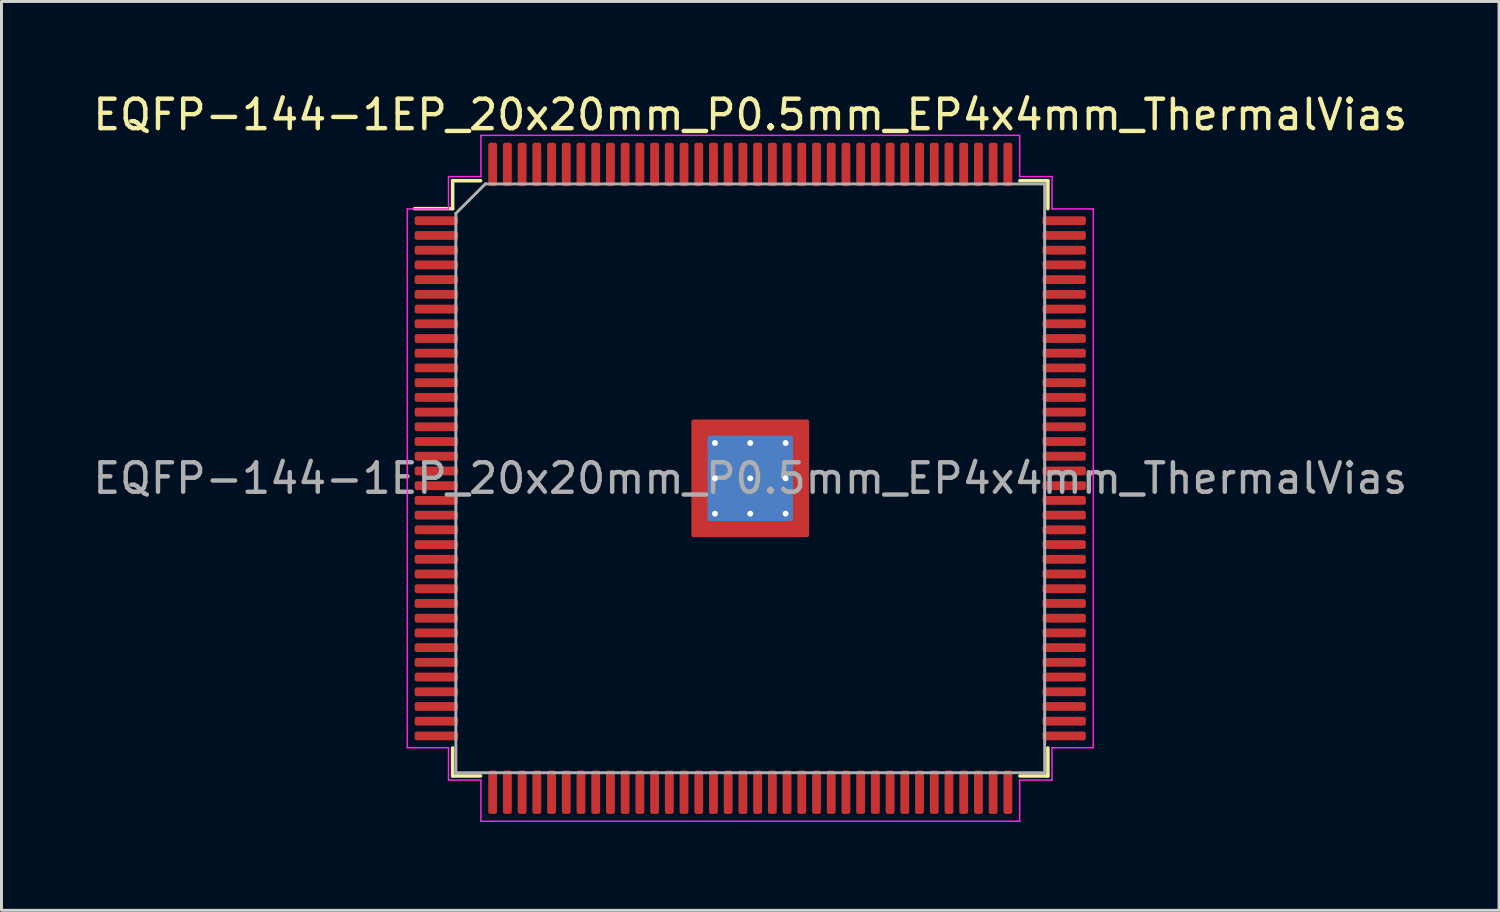
<source format=kicad_pcb>
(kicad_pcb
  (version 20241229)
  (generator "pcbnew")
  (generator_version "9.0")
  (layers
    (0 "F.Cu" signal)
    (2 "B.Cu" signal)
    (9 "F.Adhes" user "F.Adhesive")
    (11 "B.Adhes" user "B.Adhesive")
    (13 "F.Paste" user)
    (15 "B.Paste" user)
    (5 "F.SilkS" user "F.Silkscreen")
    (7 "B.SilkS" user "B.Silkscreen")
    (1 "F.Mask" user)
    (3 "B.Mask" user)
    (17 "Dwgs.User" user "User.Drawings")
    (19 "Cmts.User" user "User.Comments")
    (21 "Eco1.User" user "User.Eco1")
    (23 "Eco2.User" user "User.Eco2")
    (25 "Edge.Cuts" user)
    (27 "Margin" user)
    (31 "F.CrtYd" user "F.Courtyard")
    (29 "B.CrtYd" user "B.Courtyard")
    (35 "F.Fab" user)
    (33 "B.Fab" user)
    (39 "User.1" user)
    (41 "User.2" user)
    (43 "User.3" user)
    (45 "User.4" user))
  (footprint "EQFP-144-1EP_20x20mm_P0.5mm_EP4x4mm_ThermalVias"
    (layer "F.Cu")
    (at 22.435 13.198)
    (property "Reference" "EQFP-144-1EP_20x20mm_P0.5mm_EP4x4mm_ThermalVias" (at 0 -12.35 0) (layer "F.SilkS") (effects (font (size 1 1) (thickness 0.15))))
    (attr smd)
    (fp_line (start -10.11 -10.11) (end -10.11 -9.16) (stroke (width 0.12) (type solid)) (layer "F.SilkS"))
    (fp_line (start -10.11 -9.16) (end -11.4 -9.16) (stroke (width 0.12) (type solid)) (layer "F.SilkS"))
    (fp_line (start -10.11 10.11) (end -10.11 9.16) (stroke (width 0.12) (type solid)) (layer "F.SilkS"))
    (fp_line (start -9.16 -10.11) (end -10.11 -10.11) (stroke (width 0.12) (type solid)) (layer "F.SilkS"))
    (fp_line (start -9.16 10.11) (end -10.11 10.11) (stroke (width 0.12) (type solid)) (layer "F.SilkS"))
    (fp_line (start 9.16 -10.11) (end 10.11 -10.11) (stroke (width 0.12) (type solid)) (layer "F.SilkS"))
    (fp_line (start 9.16 10.11) (end 10.11 10.11) (stroke (width 0.12) (type solid)) (layer "F.SilkS"))
    (fp_line (start 10.11 -10.11) (end 10.11 -9.16) (stroke (width 0.12) (type solid)) (layer "F.SilkS"))
    (fp_line (start 10.11 10.11) (end 10.11 9.16) (stroke (width 0.12) (type solid)) (layer "F.SilkS"))
    (fp_line (start -11.65 -9.15) (end -11.65 0) (stroke (width 0.05) (type solid)) (layer "F.CrtYd"))
    (fp_line (start -11.65 9.15) (end -11.65 0) (stroke (width 0.05) (type solid)) (layer "F.CrtYd"))
    (fp_line (start -10.25 -10.25) (end -10.25 -9.15) (stroke (width 0.05) (type solid)) (layer "F.CrtYd"))
    (fp_line (start -10.25 -9.15) (end -11.65 -9.15) (stroke (width 0.05) (type solid)) (layer "F.CrtYd"))
    (fp_line (start -10.25 9.15) (end -11.65 9.15) (stroke (width 0.05) (type solid)) (layer "F.CrtYd"))
    (fp_line (start -10.25 10.25) (end -10.25 9.15) (stroke (width 0.05) (type solid)) (layer "F.CrtYd"))
    (fp_line (start -9.15 -11.65) (end -9.15 -10.25) (stroke (width 0.05) (type solid)) (layer "F.CrtYd"))
    (fp_line (start -9.15 -10.25) (end -10.25 -10.25) (stroke (width 0.05) (type solid)) (layer "F.CrtYd"))
    (fp_line (start -9.15 10.25) (end -10.25 10.25) (stroke (width 0.05) (type solid)) (layer "F.CrtYd"))
    (fp_line (start -9.15 11.65) (end -9.15 10.25) (stroke (width 0.05) (type solid)) (layer "F.CrtYd"))
    (fp_line (start 0 -11.65) (end -9.15 -11.65) (stroke (width 0.05) (type solid)) (layer "F.CrtYd"))
    (fp_line (start 0 -11.65) (end 9.15 -11.65) (stroke (width 0.05) (type solid)) (layer "F.CrtYd"))
    (fp_line (start 0 11.65) (end -9.15 11.65) (stroke (width 0.05) (type solid)) (layer "F.CrtYd"))
    (fp_line (start 0 11.65) (end 9.15 11.65) (stroke (width 0.05) (type solid)) (layer "F.CrtYd"))
    (fp_line (start 9.15 -11.65) (end 9.15 -10.25) (stroke (width 0.05) (type solid)) (layer "F.CrtYd"))
    (fp_line (start 9.15 -10.25) (end 10.25 -10.25) (stroke (width 0.05) (type solid)) (layer "F.CrtYd"))
    (fp_line (start 9.15 10.25) (end 10.25 10.25) (stroke (width 0.05) (type solid)) (layer "F.CrtYd"))
    (fp_line (start 9.15 11.65) (end 9.15 10.25) (stroke (width 0.05) (type solid)) (layer "F.CrtYd"))
    (fp_line (start 10.25 -10.25) (end 10.25 -9.15) (stroke (width 0.05) (type solid)) (layer "F.CrtYd"))
    (fp_line (start 10.25 -9.15) (end 11.65 -9.15) (stroke (width 0.05) (type solid)) (layer "F.CrtYd"))
    (fp_line (start 10.25 9.15) (end 11.65 9.15) (stroke (width 0.05) (type solid)) (layer "F.CrtYd"))
    (fp_line (start 10.25 10.25) (end 10.25 9.15) (stroke (width 0.05) (type solid)) (layer "F.CrtYd"))
    (fp_line (start 11.65 -9.15) (end 11.65 0) (stroke (width 0.05) (type solid)) (layer "F.CrtYd"))
    (fp_line (start 11.65 9.15) (end 11.65 0) (stroke (width 0.05) (type solid)) (layer "F.CrtYd"))
    (fp_line (start -10 -9) (end -9 -10) (stroke (width 0.1) (type solid)) (layer "F.Fab"))
    (fp_line (start -10 10) (end -10 -9) (stroke (width 0.1) (type solid)) (layer "F.Fab"))
    (fp_line (start -9 -10) (end 10 -10) (stroke (width 0.1) (type solid)) (layer "F.Fab"))
    (fp_line (start 10 -10) (end 10 10) (stroke (width 0.1) (type solid)) (layer "F.Fab"))
    (fp_line (start 10 10) (end -10 10) (stroke (width 0.1) (type solid)) (layer "F.Fab"))
    (fp_text user "${REFERENCE}" (at 0 0 0) (layer "F.Fab") (effects (font (size 1 1) (thickness 0.15))))
    (pad "" smd custom (at -1.6 -1.6) (size 0.555 0.555) (layers "F.Paste") (options (anchor circle)) (primitives (gr_poly (pts (xy -0.232 -0.232) (xy 0.232 -0.232) (xy 0.232 0.157) (xy 0.157 0.232) (xy -0.232 0.232)) (width 0.181) (fill yes))))
    (pad "" smd roundrect (at -1.6 -0.6) (size 0.645 0.967) (layers "F.Paste") (roundrect_rratio 0.25))
    (pad "" smd roundrect (at -1.6 0.6) (size 0.645 0.967) (layers "F.Paste") (roundrect_rratio 0.25))
    (pad "" smd custom (at -1.6 1.6) (size 0.555 0.555) (layers "F.Paste") (options (anchor circle)) (primitives (gr_poly (pts (xy -0.232 -0.232) (xy 0.157 -0.232) (xy 0.232 -0.157) (xy 0.232 0.232) (xy -0.232 0.232)) (width 0.181) (fill yes))))
    (pad "" smd roundrect (at -0.6 -1.6) (size 0.967 0.645) (layers "F.Paste") (roundrect_rratio 0.25))
    (pad "" smd roundrect (at -0.6 -0.6) (size 0.967 0.967) (layers "F.Paste") (roundrect_rratio 0.25))
    (pad "" smd roundrect (at -0.6 0.6) (size 0.967 0.967) (layers "F.Paste") (roundrect_rratio 0.25))
    (pad "" smd roundrect (at -0.6 1.6) (size 0.967 0.645) (layers "F.Paste") (roundrect_rratio 0.25))
    (pad "" smd roundrect (at 0.6 -1.6) (size 0.967 0.645) (layers "F.Paste") (roundrect_rratio 0.25))
    (pad "" smd roundrect (at 0.6 -0.6) (size 0.967 0.967) (layers "F.Paste") (roundrect_rratio 0.25))
    (pad "" smd roundrect (at 0.6 0.6) (size 0.967 0.967) (layers "F.Paste") (roundrect_rratio 0.25))
    (pad "" smd roundrect (at 0.6 1.6) (size 0.967 0.645) (layers "F.Paste") (roundrect_rratio 0.25))
    (pad "" smd custom (at 1.6 -1.6) (size 0.555 0.555) (layers "F.Paste") (options (anchor circle)) (primitives (gr_poly (pts (xy -0.232 -0.232) (xy 0.232 -0.232) (xy 0.232 0.232) (xy -0.157 0.232) (xy -0.232 0.157)) (width 0.181) (fill yes))))
    (pad "" smd roundrect (at 1.6 -0.6) (size 0.645 0.967) (layers "F.Paste") (roundrect_rratio 0.25))
    (pad "" smd roundrect (at 1.6 0.6) (size 0.645 0.967) (layers "F.Paste") (roundrect_rratio 0.25))
    (pad "" smd custom (at 1.6 1.6) (size 0.555 0.555) (layers "F.Paste") (options (anchor circle)) (primitives (gr_poly (pts (xy -0.232 -0.157) (xy -0.157 -0.232) (xy 0.232 -0.232) (xy 0.232 0.232) (xy -0.232 0.232)) (width 0.181) (fill yes))))
    (pad "1" smd roundrect (at -10.662 -8.75) (size 1.475 0.3) (layers "F.Cu" "F.Mask" "F.Paste") (roundrect_rratio 0.25))
    (pad "2" smd roundrect (at -10.662 -8.25) (size 1.475 0.3) (layers "F.Cu" "F.Mask" "F.Paste") (roundrect_rratio 0.25))
    (pad "3" smd roundrect (at -10.662 -7.75) (size 1.475 0.3) (layers "F.Cu" "F.Mask" "F.Paste") (roundrect_rratio 0.25))
    (pad "4" smd roundrect (at -10.662 -7.25) (size 1.475 0.3) (layers "F.Cu" "F.Mask" "F.Paste") (roundrect_rratio 0.25))
    (pad "5" smd roundrect (at -10.662 -6.75) (size 1.475 0.3) (layers "F.Cu" "F.Mask" "F.Paste") (roundrect_rratio 0.25))
    (pad "6" smd roundrect (at -10.662 -6.25) (size 1.475 0.3) (layers "F.Cu" "F.Mask" "F.Paste") (roundrect_rratio 0.25))
    (pad "7" smd roundrect (at -10.662 -5.75) (size 1.475 0.3) (layers "F.Cu" "F.Mask" "F.Paste") (roundrect_rratio 0.25))
    (pad "8" smd roundrect (at -10.662 -5.25) (size 1.475 0.3) (layers "F.Cu" "F.Mask" "F.Paste") (roundrect_rratio 0.25))
    (pad "9" smd roundrect (at -10.662 -4.75) (size 1.475 0.3) (layers "F.Cu" "F.Mask" "F.Paste") (roundrect_rratio 0.25))
    (pad "10" smd roundrect (at -10.662 -4.25) (size 1.475 0.3) (layers "F.Cu" "F.Mask" "F.Paste") (roundrect_rratio 0.25))
    (pad "11" smd roundrect (at -10.662 -3.75) (size 1.475 0.3) (layers "F.Cu" "F.Mask" "F.Paste") (roundrect_rratio 0.25))
    (pad "12" smd roundrect (at -10.662 -3.25) (size 1.475 0.3) (layers "F.Cu" "F.Mask" "F.Paste") (roundrect_rratio 0.25))
    (pad "13" smd roundrect (at -10.662 -2.75) (size 1.475 0.3) (layers "F.Cu" "F.Mask" "F.Paste") (roundrect_rratio 0.25))
    (pad "14" smd roundrect (at -10.662 -2.25) (size 1.475 0.3) (layers "F.Cu" "F.Mask" "F.Paste") (roundrect_rratio 0.25))
    (pad "15" smd roundrect (at -10.662 -1.75) (size 1.475 0.3) (layers "F.Cu" "F.Mask" "F.Paste") (roundrect_rratio 0.25))
    (pad "16" smd roundrect (at -10.662 -1.25) (size 1.475 0.3) (layers "F.Cu" "F.Mask" "F.Paste") (roundrect_rratio 0.25))
    (pad "17" smd roundrect (at -10.662 -0.75) (size 1.475 0.3) (layers "F.Cu" "F.Mask" "F.Paste") (roundrect_rratio 0.25))
    (pad "18" smd roundrect (at -10.662 -0.25) (size 1.475 0.3) (layers "F.Cu" "F.Mask" "F.Paste") (roundrect_rratio 0.25))
    (pad "19" smd roundrect (at -10.662 0.25) (size 1.475 0.3) (layers "F.Cu" "F.Mask" "F.Paste") (roundrect_rratio 0.25))
    (pad "20" smd roundrect (at -10.662 0.75) (size 1.475 0.3) (layers "F.Cu" "F.Mask" "F.Paste") (roundrect_rratio 0.25))
    (pad "21" smd roundrect (at -10.662 1.25) (size 1.475 0.3) (layers "F.Cu" "F.Mask" "F.Paste") (roundrect_rratio 0.25))
    (pad "22" smd roundrect (at -10.662 1.75) (size 1.475 0.3) (layers "F.Cu" "F.Mask" "F.Paste") (roundrect_rratio 0.25))
    (pad "23" smd roundrect (at -10.662 2.25) (size 1.475 0.3) (layers "F.Cu" "F.Mask" "F.Paste") (roundrect_rratio 0.25))
    (pad "24" smd roundrect (at -10.662 2.75) (size 1.475 0.3) (layers "F.Cu" "F.Mask" "F.Paste") (roundrect_rratio 0.25))
    (pad "25" smd roundrect (at -10.662 3.25) (size 1.475 0.3) (layers "F.Cu" "F.Mask" "F.Paste") (roundrect_rratio 0.25))
    (pad "26" smd roundrect (at -10.662 3.75) (size 1.475 0.3) (layers "F.Cu" "F.Mask" "F.Paste") (roundrect_rratio 0.25))
    (pad "27" smd roundrect (at -10.662 4.25) (size 1.475 0.3) (layers "F.Cu" "F.Mask" "F.Paste") (roundrect_rratio 0.25))
    (pad "28" smd roundrect (at -10.662 4.75) (size 1.475 0.3) (layers "F.Cu" "F.Mask" "F.Paste") (roundrect_rratio 0.25))
    (pad "29" smd roundrect (at -10.662 5.25) (size 1.475 0.3) (layers "F.Cu" "F.Mask" "F.Paste") (roundrect_rratio 0.25))
    (pad "30" smd roundrect (at -10.662 5.75) (size 1.475 0.3) (layers "F.Cu" "F.Mask" "F.Paste") (roundrect_rratio 0.25))
    (pad "31" smd roundrect (at -10.662 6.25) (size 1.475 0.3) (layers "F.Cu" "F.Mask" "F.Paste") (roundrect_rratio 0.25))
    (pad "32" smd roundrect (at -10.662 6.75) (size 1.475 0.3) (layers "F.Cu" "F.Mask" "F.Paste") (roundrect_rratio 0.25))
    (pad "33" smd roundrect (at -10.662 7.25) (size 1.475 0.3) (layers "F.Cu" "F.Mask" "F.Paste") (roundrect_rratio 0.25))
    (pad "34" smd roundrect (at -10.662 7.75) (size 1.475 0.3) (layers "F.Cu" "F.Mask" "F.Paste") (roundrect_rratio 0.25))
    (pad "35" smd roundrect (at -10.662 8.25) (size 1.475 0.3) (layers "F.Cu" "F.Mask" "F.Paste") (roundrect_rratio 0.25))
    (pad "36" smd roundrect (at -10.662 8.75) (size 1.475 0.3) (layers "F.Cu" "F.Mask" "F.Paste") (roundrect_rratio 0.25))
    (pad "37" smd roundrect (at -8.75 10.662) (size 0.3 1.475) (layers "F.Cu" "F.Mask" "F.Paste") (roundrect_rratio 0.25))
    (pad "38" smd roundrect (at -8.25 10.662) (size 0.3 1.475) (layers "F.Cu" "F.Mask" "F.Paste") (roundrect_rratio 0.25))
    (pad "39" smd roundrect (at -7.75 10.662) (size 0.3 1.475) (layers "F.Cu" "F.Mask" "F.Paste") (roundrect_rratio 0.25))
    (pad "40" smd roundrect (at -7.25 10.662) (size 0.3 1.475) (layers "F.Cu" "F.Mask" "F.Paste") (roundrect_rratio 0.25))
    (pad "41" smd roundrect (at -6.75 10.662) (size 0.3 1.475) (layers "F.Cu" "F.Mask" "F.Paste") (roundrect_rratio 0.25))
    (pad "42" smd roundrect (at -6.25 10.662) (size 0.3 1.475) (layers "F.Cu" "F.Mask" "F.Paste") (roundrect_rratio 0.25))
    (pad "43" smd roundrect (at -5.75 10.662) (size 0.3 1.475) (layers "F.Cu" "F.Mask" "F.Paste") (roundrect_rratio 0.25))
    (pad "44" smd roundrect (at -5.25 10.662) (size 0.3 1.475) (layers "F.Cu" "F.Mask" "F.Paste") (roundrect_rratio 0.25))
    (pad "45" smd roundrect (at -4.75 10.662) (size 0.3 1.475) (layers "F.Cu" "F.Mask" "F.Paste") (roundrect_rratio 0.25))
    (pad "46" smd roundrect (at -4.25 10.662) (size 0.3 1.475) (layers "F.Cu" "F.Mask" "F.Paste") (roundrect_rratio 0.25))
    (pad "47" smd roundrect (at -3.75 10.662) (size 0.3 1.475) (layers "F.Cu" "F.Mask" "F.Paste") (roundrect_rratio 0.25))
    (pad "48" smd roundrect (at -3.25 10.662) (size 0.3 1.475) (layers "F.Cu" "F.Mask" "F.Paste") (roundrect_rratio 0.25))
    (pad "49" smd roundrect (at -2.75 10.662) (size 0.3 1.475) (layers "F.Cu" "F.Mask" "F.Paste") (roundrect_rratio 0.25))
    (pad "50" smd roundrect (at -2.25 10.662) (size 0.3 1.475) (layers "F.Cu" "F.Mask" "F.Paste") (roundrect_rratio 0.25))
    (pad "51" smd roundrect (at -1.75 10.662) (size 0.3 1.475) (layers "F.Cu" "F.Mask" "F.Paste") (roundrect_rratio 0.25))
    (pad "52" smd roundrect (at -1.25 10.662) (size 0.3 1.475) (layers "F.Cu" "F.Mask" "F.Paste") (roundrect_rratio 0.25))
    (pad "53" smd roundrect (at -0.75 10.662) (size 0.3 1.475) (layers "F.Cu" "F.Mask" "F.Paste") (roundrect_rratio 0.25))
    (pad "54" smd roundrect (at -0.25 10.662) (size 0.3 1.475) (layers "F.Cu" "F.Mask" "F.Paste") (roundrect_rratio 0.25))
    (pad "55" smd roundrect (at 0.25 10.662) (size 0.3 1.475) (layers "F.Cu" "F.Mask" "F.Paste") (roundrect_rratio 0.25))
    (pad "56" smd roundrect (at 0.75 10.662) (size 0.3 1.475) (layers "F.Cu" "F.Mask" "F.Paste") (roundrect_rratio 0.25))
    (pad "57" smd roundrect (at 1.25 10.662) (size 0.3 1.475) (layers "F.Cu" "F.Mask" "F.Paste") (roundrect_rratio 0.25))
    (pad "58" smd roundrect (at 1.75 10.662) (size 0.3 1.475) (layers "F.Cu" "F.Mask" "F.Paste") (roundrect_rratio 0.25))
    (pad "59" smd roundrect (at 2.25 10.662) (size 0.3 1.475) (layers "F.Cu" "F.Mask" "F.Paste") (roundrect_rratio 0.25))
    (pad "60" smd roundrect (at 2.75 10.662) (size 0.3 1.475) (layers "F.Cu" "F.Mask" "F.Paste") (roundrect_rratio 0.25))
    (pad "61" smd roundrect (at 3.25 10.662) (size 0.3 1.475) (layers "F.Cu" "F.Mask" "F.Paste") (roundrect_rratio 0.25))
    (pad "62" smd roundrect (at 3.75 10.662) (size 0.3 1.475) (layers "F.Cu" "F.Mask" "F.Paste") (roundrect_rratio 0.25))
    (pad "63" smd roundrect (at 4.25 10.662) (size 0.3 1.475) (layers "F.Cu" "F.Mask" "F.Paste") (roundrect_rratio 0.25))
    (pad "64" smd roundrect (at 4.75 10.662) (size 0.3 1.475) (layers "F.Cu" "F.Mask" "F.Paste") (roundrect_rratio 0.25))
    (pad "65" smd roundrect (at 5.25 10.662) (size 0.3 1.475) (layers "F.Cu" "F.Mask" "F.Paste") (roundrect_rratio 0.25))
    (pad "66" smd roundrect (at 5.75 10.662) (size 0.3 1.475) (layers "F.Cu" "F.Mask" "F.Paste") (roundrect_rratio 0.25))
    (pad "67" smd roundrect (at 6.25 10.662) (size 0.3 1.475) (layers "F.Cu" "F.Mask" "F.Paste") (roundrect_rratio 0.25))
    (pad "68" smd roundrect (at 6.75 10.662) (size 0.3 1.475) (layers "F.Cu" "F.Mask" "F.Paste") (roundrect_rratio 0.25))
    (pad "69" smd roundrect (at 7.25 10.662) (size 0.3 1.475) (layers "F.Cu" "F.Mask" "F.Paste") (roundrect_rratio 0.25))
    (pad "70" smd roundrect (at 7.75 10.662) (size 0.3 1.475) (layers "F.Cu" "F.Mask" "F.Paste") (roundrect_rratio 0.25))
    (pad "71" smd roundrect (at 8.25 10.662) (size 0.3 1.475) (layers "F.Cu" "F.Mask" "F.Paste") (roundrect_rratio 0.25))
    (pad "72" smd roundrect (at 8.75 10.662) (size 0.3 1.475) (layers "F.Cu" "F.Mask" "F.Paste") (roundrect_rratio 0.25))
    (pad "73" smd roundrect (at 10.662 8.75) (size 1.475 0.3) (layers "F.Cu" "F.Mask" "F.Paste") (roundrect_rratio 0.25))
    (pad "74" smd roundrect (at 10.662 8.25) (size 1.475 0.3) (layers "F.Cu" "F.Mask" "F.Paste") (roundrect_rratio 0.25))
    (pad "75" smd roundrect (at 10.662 7.75) (size 1.475 0.3) (layers "F.Cu" "F.Mask" "F.Paste") (roundrect_rratio 0.25))
    (pad "76" smd roundrect (at 10.662 7.25) (size 1.475 0.3) (layers "F.Cu" "F.Mask" "F.Paste") (roundrect_rratio 0.25))
    (pad "77" smd roundrect (at 10.662 6.75) (size 1.475 0.3) (layers "F.Cu" "F.Mask" "F.Paste") (roundrect_rratio 0.25))
    (pad "78" smd roundrect (at 10.662 6.25) (size 1.475 0.3) (layers "F.Cu" "F.Mask" "F.Paste") (roundrect_rratio 0.25))
    (pad "79" smd roundrect (at 10.662 5.75) (size 1.475 0.3) (layers "F.Cu" "F.Mask" "F.Paste") (roundrect_rratio 0.25))
    (pad "80" smd roundrect (at 10.662 5.25) (size 1.475 0.3) (layers "F.Cu" "F.Mask" "F.Paste") (roundrect_rratio 0.25))
    (pad "81" smd roundrect (at 10.662 4.75) (size 1.475 0.3) (layers "F.Cu" "F.Mask" "F.Paste") (roundrect_rratio 0.25))
    (pad "82" smd roundrect (at 10.662 4.25) (size 1.475 0.3) (layers "F.Cu" "F.Mask" "F.Paste") (roundrect_rratio 0.25))
    (pad "83" smd roundrect (at 10.662 3.75) (size 1.475 0.3) (layers "F.Cu" "F.Mask" "F.Paste") (roundrect_rratio 0.25))
    (pad "84" smd roundrect (at 10.662 3.25) (size 1.475 0.3) (layers "F.Cu" "F.Mask" "F.Paste") (roundrect_rratio 0.25))
    (pad "85" smd roundrect (at 10.662 2.75) (size 1.475 0.3) (layers "F.Cu" "F.Mask" "F.Paste") (roundrect_rratio 0.25))
    (pad "86" smd roundrect (at 10.662 2.25) (size 1.475 0.3) (layers "F.Cu" "F.Mask" "F.Paste") (roundrect_rratio 0.25))
    (pad "87" smd roundrect (at 10.662 1.75) (size 1.475 0.3) (layers "F.Cu" "F.Mask" "F.Paste") (roundrect_rratio 0.25))
    (pad "88" smd roundrect (at 10.662 1.25) (size 1.475 0.3) (layers "F.Cu" "F.Mask" "F.Paste") (roundrect_rratio 0.25))
    (pad "89" smd roundrect (at 10.662 0.75) (size 1.475 0.3) (layers "F.Cu" "F.Mask" "F.Paste") (roundrect_rratio 0.25))
    (pad "90" smd roundrect (at 10.662 0.25) (size 1.475 0.3) (layers "F.Cu" "F.Mask" "F.Paste") (roundrect_rratio 0.25))
    (pad "91" smd roundrect (at 10.662 -0.25) (size 1.475 0.3) (layers "F.Cu" "F.Mask" "F.Paste") (roundrect_rratio 0.25))
    (pad "92" smd roundrect (at 10.662 -0.75) (size 1.475 0.3) (layers "F.Cu" "F.Mask" "F.Paste") (roundrect_rratio 0.25))
    (pad "93" smd roundrect (at 10.662 -1.25) (size 1.475 0.3) (layers "F.Cu" "F.Mask" "F.Paste") (roundrect_rratio 0.25))
    (pad "94" smd roundrect (at 10.662 -1.75) (size 1.475 0.3) (layers "F.Cu" "F.Mask" "F.Paste") (roundrect_rratio 0.25))
    (pad "95" smd roundrect (at 10.662 -2.25) (size 1.475 0.3) (layers "F.Cu" "F.Mask" "F.Paste") (roundrect_rratio 0.25))
    (pad "96" smd roundrect (at 10.662 -2.75) (size 1.475 0.3) (layers "F.Cu" "F.Mask" "F.Paste") (roundrect_rratio 0.25))
    (pad "97" smd roundrect (at 10.662 -3.25) (size 1.475 0.3) (layers "F.Cu" "F.Mask" "F.Paste") (roundrect_rratio 0.25))
    (pad "98" smd roundrect (at 10.662 -3.75) (size 1.475 0.3) (layers "F.Cu" "F.Mask" "F.Paste") (roundrect_rratio 0.25))
    (pad "99" smd roundrect (at 10.662 -4.25) (size 1.475 0.3) (layers "F.Cu" "F.Mask" "F.Paste") (roundrect_rratio 0.25))
    (pad "100" smd roundrect (at 10.662 -4.75) (size 1.475 0.3) (layers "F.Cu" "F.Mask" "F.Paste") (roundrect_rratio 0.25))
    (pad "101" smd roundrect (at 10.662 -5.25) (size 1.475 0.3) (layers "F.Cu" "F.Mask" "F.Paste") (roundrect_rratio 0.25))
    (pad "102" smd roundrect (at 10.662 -5.75) (size 1.475 0.3) (layers "F.Cu" "F.Mask" "F.Paste") (roundrect_rratio 0.25))
    (pad "103" smd roundrect (at 10.662 -6.25) (size 1.475 0.3) (layers "F.Cu" "F.Mask" "F.Paste") (roundrect_rratio 0.25))
    (pad "104" smd roundrect (at 10.662 -6.75) (size 1.475 0.3) (layers "F.Cu" "F.Mask" "F.Paste") (roundrect_rratio 0.25))
    (pad "105" smd roundrect (at 10.662 -7.25) (size 1.475 0.3) (layers "F.Cu" "F.Mask" "F.Paste") (roundrect_rratio 0.25))
    (pad "106" smd roundrect (at 10.662 -7.75) (size 1.475 0.3) (layers "F.Cu" "F.Mask" "F.Paste") (roundrect_rratio 0.25))
    (pad "107" smd roundrect (at 10.662 -8.25) (size 1.475 0.3) (layers "F.Cu" "F.Mask" "F.Paste") (roundrect_rratio 0.25))
    (pad "108" smd roundrect (at 10.662 -8.75) (size 1.475 0.3) (layers "F.Cu" "F.Mask" "F.Paste") (roundrect_rratio 0.25))
    (pad "109" smd roundrect (at 8.75 -10.662) (size 0.3 1.475) (layers "F.Cu" "F.Mask" "F.Paste") (roundrect_rratio 0.25))
    (pad "110" smd roundrect (at 8.25 -10.662) (size 0.3 1.475) (layers "F.Cu" "F.Mask" "F.Paste") (roundrect_rratio 0.25))
    (pad "111" smd roundrect (at 7.75 -10.662) (size 0.3 1.475) (layers "F.Cu" "F.Mask" "F.Paste") (roundrect_rratio 0.25))
    (pad "112" smd roundrect (at 7.25 -10.662) (size 0.3 1.475) (layers "F.Cu" "F.Mask" "F.Paste") (roundrect_rratio 0.25))
    (pad "113" smd roundrect (at 6.75 -10.662) (size 0.3 1.475) (layers "F.Cu" "F.Mask" "F.Paste") (roundrect_rratio 0.25))
    (pad "114" smd roundrect (at 6.25 -10.662) (size 0.3 1.475) (layers "F.Cu" "F.Mask" "F.Paste") (roundrect_rratio 0.25))
    (pad "115" smd roundrect (at 5.75 -10.662) (size 0.3 1.475) (layers "F.Cu" "F.Mask" "F.Paste") (roundrect_rratio 0.25))
    (pad "116" smd roundrect (at 5.25 -10.662) (size 0.3 1.475) (layers "F.Cu" "F.Mask" "F.Paste") (roundrect_rratio 0.25))
    (pad "117" smd roundrect (at 4.75 -10.662) (size 0.3 1.475) (layers "F.Cu" "F.Mask" "F.Paste") (roundrect_rratio 0.25))
    (pad "118" smd roundrect (at 4.25 -10.662) (size 0.3 1.475) (layers "F.Cu" "F.Mask" "F.Paste") (roundrect_rratio 0.25))
    (pad "119" smd roundrect (at 3.75 -10.662) (size 0.3 1.475) (layers "F.Cu" "F.Mask" "F.Paste") (roundrect_rratio 0.25))
    (pad "120" smd roundrect (at 3.25 -10.662) (size 0.3 1.475) (layers "F.Cu" "F.Mask" "F.Paste") (roundrect_rratio 0.25))
    (pad "121" smd roundrect (at 2.75 -10.662) (size 0.3 1.475) (layers "F.Cu" "F.Mask" "F.Paste") (roundrect_rratio 0.25))
    (pad "122" smd roundrect (at 2.25 -10.662) (size 0.3 1.475) (layers "F.Cu" "F.Mask" "F.Paste") (roundrect_rratio 0.25))
    (pad "123" smd roundrect (at 1.75 -10.662) (size 0.3 1.475) (layers "F.Cu" "F.Mask" "F.Paste") (roundrect_rratio 0.25))
    (pad "124" smd roundrect (at 1.25 -10.662) (size 0.3 1.475) (layers "F.Cu" "F.Mask" "F.Paste") (roundrect_rratio 0.25))
    (pad "125" smd roundrect (at 0.75 -10.662) (size 0.3 1.475) (layers "F.Cu" "F.Mask" "F.Paste") (roundrect_rratio 0.25))
    (pad "126" smd roundrect (at 0.25 -10.662) (size 0.3 1.475) (layers "F.Cu" "F.Mask" "F.Paste") (roundrect_rratio 0.25))
    (pad "127" smd roundrect (at -0.25 -10.662) (size 0.3 1.475) (layers "F.Cu" "F.Mask" "F.Paste") (roundrect_rratio 0.25))
    (pad "128" smd roundrect (at -0.75 -10.662) (size 0.3 1.475) (layers "F.Cu" "F.Mask" "F.Paste") (roundrect_rratio 0.25))
    (pad "129" smd roundrect (at -1.25 -10.662) (size 0.3 1.475) (layers "F.Cu" "F.Mask" "F.Paste") (roundrect_rratio 0.25))
    (pad "130" smd roundrect (at -1.75 -10.662) (size 0.3 1.475) (layers "F.Cu" "F.Mask" "F.Paste") (roundrect_rratio 0.25))
    (pad "131" smd roundrect (at -2.25 -10.662) (size 0.3 1.475) (layers "F.Cu" "F.Mask" "F.Paste") (roundrect_rratio 0.25))
    (pad "132" smd roundrect (at -2.75 -10.662) (size 0.3 1.475) (layers "F.Cu" "F.Mask" "F.Paste") (roundrect_rratio 0.25))
    (pad "133" smd roundrect (at -3.25 -10.662) (size 0.3 1.475) (layers "F.Cu" "F.Mask" "F.Paste") (roundrect_rratio 0.25))
    (pad "134" smd roundrect (at -3.75 -10.662) (size 0.3 1.475) (layers "F.Cu" "F.Mask" "F.Paste") (roundrect_rratio 0.25))
    (pad "135" smd roundrect (at -4.25 -10.662) (size 0.3 1.475) (layers "F.Cu" "F.Mask" "F.Paste") (roundrect_rratio 0.25))
    (pad "136" smd roundrect (at -4.75 -10.662) (size 0.3 1.475) (layers "F.Cu" "F.Mask" "F.Paste") (roundrect_rratio 0.25))
    (pad "137" smd roundrect (at -5.25 -10.662) (size 0.3 1.475) (layers "F.Cu" "F.Mask" "F.Paste") (roundrect_rratio 0.25))
    (pad "138" smd roundrect (at -5.75 -10.662) (size 0.3 1.475) (layers "F.Cu" "F.Mask" "F.Paste") (roundrect_rratio 0.25))
    (pad "139" smd roundrect (at -6.25 -10.662) (size 0.3 1.475) (layers "F.Cu" "F.Mask" "F.Paste") (roundrect_rratio 0.25))
    (pad "140" smd roundrect (at -6.75 -10.662) (size 0.3 1.475) (layers "F.Cu" "F.Mask" "F.Paste") (roundrect_rratio 0.25))
    (pad "141" smd roundrect (at -7.25 -10.662) (size 0.3 1.475) (layers "F.Cu" "F.Mask" "F.Paste") (roundrect_rratio 0.25))
    (pad "142" smd roundrect (at -7.75 -10.662) (size 0.3 1.475) (layers "F.Cu" "F.Mask" "F.Paste") (roundrect_rratio 0.25))
    (pad "143" smd roundrect (at -8.25 -10.662) (size 0.3 1.475) (layers "F.Cu" "F.Mask" "F.Paste") (roundrect_rratio 0.25))
    (pad "144" smd roundrect (at -8.75 -10.662) (size 0.3 1.475) (layers "F.Cu" "F.Mask" "F.Paste") (roundrect_rratio 0.25))
    (pad "145" thru_hole circle (at -1.2 -1.2) (size 0.5 0.5) (drill 0.2) (layers "*.Cu"))
    (pad "145" thru_hole circle (at -1.2 0) (size 0.5 0.5) (drill 0.2) (layers "*.Cu"))
    (pad "145" thru_hole circle (at -1.2 1.2) (size 0.5 0.5) (drill 0.2) (layers "*.Cu"))
    (pad "145" thru_hole circle (at 0 -1.2) (size 0.5 0.5) (drill 0.2) (layers "*.Cu"))
    (pad "145" thru_hole circle (at 0 0) (size 0.5 0.5) (drill 0.2) (layers "*.Cu"))
    (pad "145" smd roundrect (at 0 0) (size 2.9 2.9) (layers "B.Cu") (roundrect_rratio 0.026))
    (pad "145" smd roundrect (at 0 0) (size 4 4) (layers "F.Cu" "F.Mask") (roundrect_rratio 0.019))
    (pad "145" thru_hole circle (at 0 1.2) (size 0.5 0.5) (drill 0.2) (layers "*.Cu"))
    (pad "145" thru_hole circle (at 1.2 -1.2) (size 0.5 0.5) (drill 0.2) (layers "*.Cu"))
    (pad "145" thru_hole circle (at 1.2 0) (size 0.5 0.5) (drill 0.2) (layers "*.Cu"))
    (pad "145" thru_hole circle (at 1.2 1.2) (size 0.5 0.5) (drill 0.2) (layers "*.Cu")))
  (gr_rect
    (start -3 -3)
    (end 47.869 27.873)
    (stroke (width 0.1) (type default))
    (fill no)
    (layer "Edge.Cuts")))
</source>
